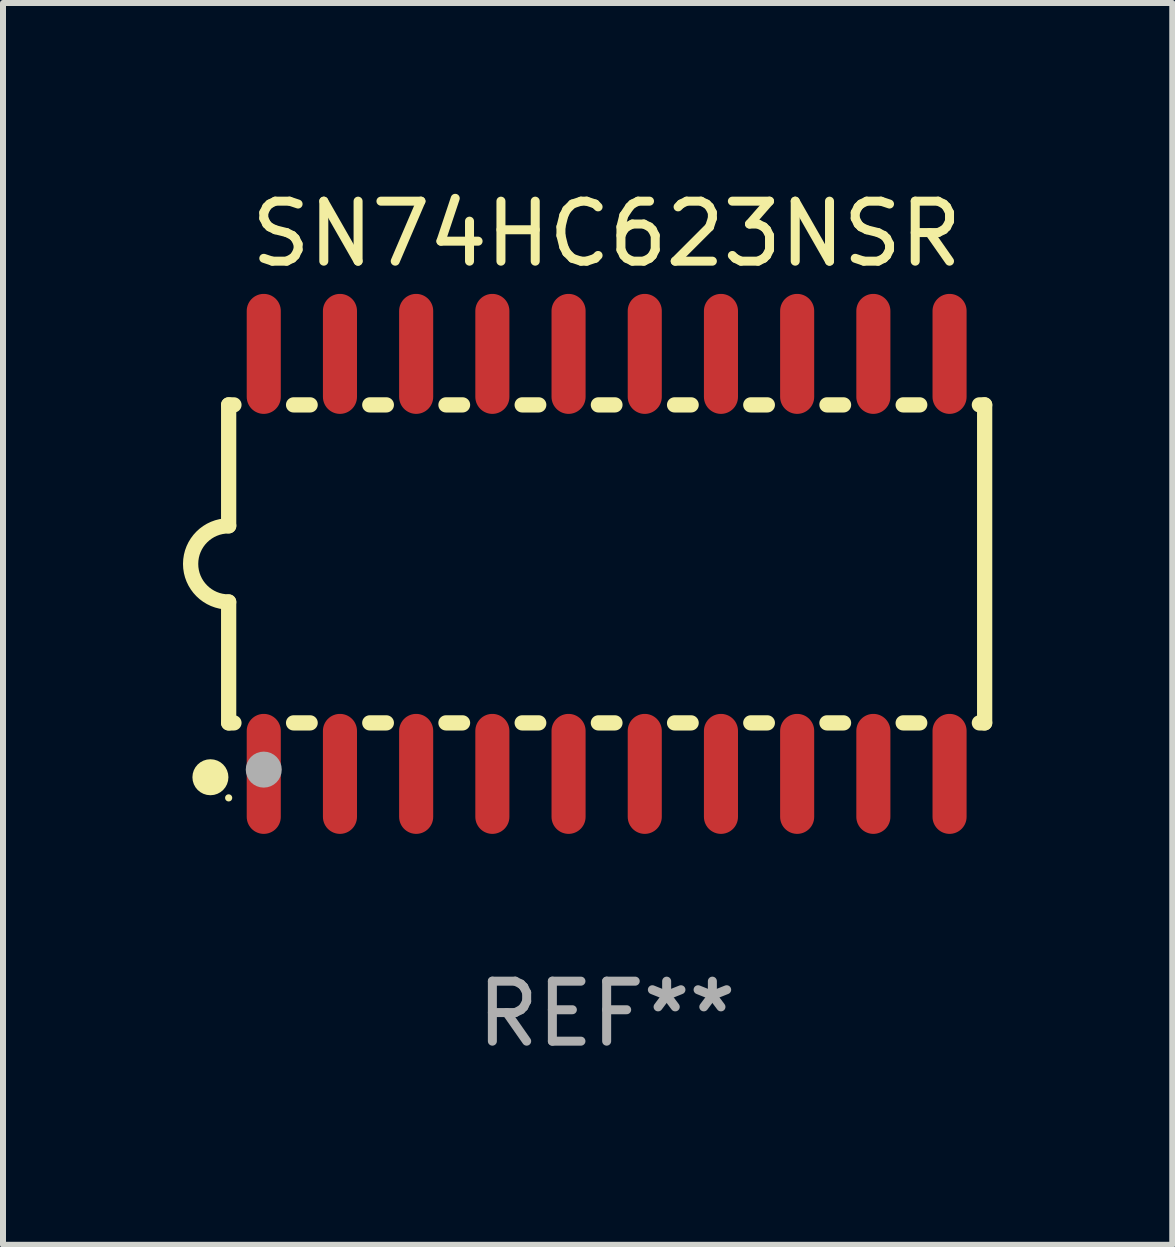
<source format=kicad_pcb>
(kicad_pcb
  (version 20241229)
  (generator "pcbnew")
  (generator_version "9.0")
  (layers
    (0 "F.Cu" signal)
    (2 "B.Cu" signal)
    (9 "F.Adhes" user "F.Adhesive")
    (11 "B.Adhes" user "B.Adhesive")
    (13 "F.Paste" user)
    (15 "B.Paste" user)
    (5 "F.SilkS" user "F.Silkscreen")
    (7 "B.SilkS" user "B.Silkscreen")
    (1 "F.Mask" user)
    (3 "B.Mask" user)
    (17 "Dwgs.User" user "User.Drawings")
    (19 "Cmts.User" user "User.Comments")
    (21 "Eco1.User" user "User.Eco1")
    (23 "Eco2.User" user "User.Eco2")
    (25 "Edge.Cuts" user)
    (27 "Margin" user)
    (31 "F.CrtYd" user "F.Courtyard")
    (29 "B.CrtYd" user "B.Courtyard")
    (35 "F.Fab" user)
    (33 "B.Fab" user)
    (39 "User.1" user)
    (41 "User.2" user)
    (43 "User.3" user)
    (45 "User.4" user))
  (footprint "SN74HC623NSR"
    (layer "F.Cu")
    (at 7.061 6.348)
    (property "Reference" "SN74HC623NSR" (at 0 -5.5 0) (layer "F.SilkS") (effects (font (size 1 1) (thickness 0.15))))
    (attr through_hole)
    (fp_line (start -6.3 -2.65) (end -6.3 -0.635) (stroke (width 0.254) (type solid)) (layer "F.SilkS"))
    (fp_line (start -6.3 -2.65) (end -6.212 -2.65) (stroke (width 0.254) (type solid)) (layer "F.SilkS"))
    (fp_line (start -6.3 2.65) (end -6.3 0.635) (stroke (width 0.254) (type solid)) (layer "F.SilkS"))
    (fp_line (start -6.3 2.65) (end -6.212 2.65) (stroke (width 0.254) (type solid)) (layer "F.SilkS"))
    (fp_line (start -5.218 -2.65) (end -4.942 -2.65) (stroke (width 0.254) (type solid)) (layer "F.SilkS"))
    (fp_line (start -5.218 2.65) (end -4.942 2.65) (stroke (width 0.254) (type solid)) (layer "F.SilkS"))
    (fp_line (start -3.948 -2.65) (end -3.672 -2.65) (stroke (width 0.254) (type solid)) (layer "F.SilkS"))
    (fp_line (start -3.948 2.65) (end -3.672 2.65) (stroke (width 0.254) (type solid)) (layer "F.SilkS"))
    (fp_line (start -2.678 -2.65) (end -2.402 -2.65) (stroke (width 0.254) (type solid)) (layer "F.SilkS"))
    (fp_line (start -2.678 2.65) (end -2.402 2.65) (stroke (width 0.254) (type solid)) (layer "F.SilkS"))
    (fp_line (start -1.408 -2.65) (end -1.132 -2.65) (stroke (width 0.254) (type solid)) (layer "F.SilkS"))
    (fp_line (start -1.408 2.65) (end -1.132 2.65) (stroke (width 0.254) (type solid)) (layer "F.SilkS"))
    (fp_line (start -0.138 -2.65) (end 0.138 -2.65) (stroke (width 0.254) (type solid)) (layer "F.SilkS"))
    (fp_line (start -0.138 2.65) (end 0.138 2.65) (stroke (width 0.254) (type solid)) (layer "F.SilkS"))
    (fp_line (start 1.132 -2.65) (end 1.408 -2.65) (stroke (width 0.254) (type solid)) (layer "F.SilkS"))
    (fp_line (start 1.132 2.65) (end 1.408 2.65) (stroke (width 0.254) (type solid)) (layer "F.SilkS"))
    (fp_line (start 2.402 -2.65) (end 2.678 -2.65) (stroke (width 0.254) (type solid)) (layer "F.SilkS"))
    (fp_line (start 2.402 2.65) (end 2.678 2.65) (stroke (width 0.254) (type solid)) (layer "F.SilkS"))
    (fp_line (start 3.672 -2.65) (end 3.948 -2.65) (stroke (width 0.254) (type solid)) (layer "F.SilkS"))
    (fp_line (start 3.672 2.65) (end 3.948 2.65) (stroke (width 0.254) (type solid)) (layer "F.SilkS"))
    (fp_line (start 4.942 -2.65) (end 5.218 -2.65) (stroke (width 0.254) (type solid)) (layer "F.SilkS"))
    (fp_line (start 4.942 2.65) (end 5.218 2.65) (stroke (width 0.254) (type solid)) (layer "F.SilkS"))
    (fp_line (start 6.212 -2.65) (end 6.3 -2.65) (stroke (width 0.254) (type solid)) (layer "F.SilkS"))
    (fp_line (start 6.212 2.65) (end 6.3 2.65) (stroke (width 0.254) (type solid)) (layer "F.SilkS"))
    (fp_line (start 6.3 -2.65) (end 6.3 2.65) (stroke (width 0.254) (type solid)) (layer "F.SilkS"))
    (fp_arc (start -6.299975 0.634874) (mid -6.933579 0.000127) (end -6.299213 -0.633858) (stroke (width 0.254001) (type solid)) (layer "F.SilkS"))
    (fp_circle (center -6.604 3.556) (end -6.454 3.556) (stroke (width 0.3) (type solid)) (fill no) (layer "F.SilkS"))
    (fp_circle (center -6.3 3.9) (end -6.27 3.9) (stroke (width 0.06) (type solid)) (fill no) (layer "F.SilkS"))
    (fp_circle (center -5.715 3.429) (end -5.565 3.429) (stroke (width 0.3) (type solid)) (fill no) (layer "F.Fab"))
    (fp_text user "REF**" (at 0 7.5 0) (layer "F.Fab") (effects (font (size 1 1) (thickness 0.15))))
    (pad "1" smd oval (at -5.715 3.5) (size 0.568 2) (layers "F.Cu" "F.Mask" "F.Paste"))
    (pad "2" smd oval (at -4.445 3.5) (size 0.568 2) (layers "F.Cu" "F.Mask" "F.Paste"))
    (pad "3" smd oval (at -3.175 3.5) (size 0.568 2) (layers "F.Cu" "F.Mask" "F.Paste"))
    (pad "4" smd oval (at -1.905 3.5) (size 0.568 2) (layers "F.Cu" "F.Mask" "F.Paste"))
    (pad "5" smd oval (at -0.635 3.5) (size 0.568 2) (layers "F.Cu" "F.Mask" "F.Paste"))
    (pad "6" smd oval (at 0.635 3.5) (size 0.568 2) (layers "F.Cu" "F.Mask" "F.Paste"))
    (pad "7" smd oval (at 1.905 3.5) (size 0.568 2) (layers "F.Cu" "F.Mask" "F.Paste"))
    (pad "8" smd oval (at 3.175 3.5) (size 0.568 2) (layers "F.Cu" "F.Mask" "F.Paste"))
    (pad "9" smd oval (at 4.445 3.5) (size 0.568 2) (layers "F.Cu" "F.Mask" "F.Paste"))
    (pad "10" smd oval (at 5.715 3.5) (size 0.568 2) (layers "F.Cu" "F.Mask" "F.Paste"))
    (pad "11" smd oval (at 5.715 -3.5) (size 0.568 2) (layers "F.Cu" "F.Mask" "F.Paste"))
    (pad "12" smd oval (at 4.445 -3.5) (size 0.568 2) (layers "F.Cu" "F.Mask" "F.Paste"))
    (pad "13" smd oval (at 3.175 -3.5) (size 0.568 2) (layers "F.Cu" "F.Mask" "F.Paste"))
    (pad "14" smd oval (at 1.905 -3.5) (size 0.568 2) (layers "F.Cu" "F.Mask" "F.Paste"))
    (pad "15" smd oval (at 0.635 -3.5) (size 0.568 2) (layers "F.Cu" "F.Mask" "F.Paste"))
    (pad "16" smd oval (at -0.635 -3.5) (size 0.568 2) (layers "F.Cu" "F.Mask" "F.Paste"))
    (pad "17" smd oval (at -1.905 -3.5) (size 0.568 2) (layers "F.Cu" "F.Mask" "F.Paste"))
    (pad "18" smd oval (at -3.175 -3.5) (size 0.568 2) (layers "F.Cu" "F.Mask" "F.Paste"))
    (pad "19" smd oval (at -4.445 -3.5) (size 0.568 2) (layers "F.Cu" "F.Mask" "F.Paste"))
    (pad "20" smd oval (at -5.715 -3.5) (size 0.568 2) (layers "F.Cu" "F.Mask" "F.Paste")))
  (gr_rect
    (start -3 -3)
    (end 16.488 17.697)
    (stroke (width 0.1) (type default))
    (fill no)
    (layer "Edge.Cuts")))
</source>
